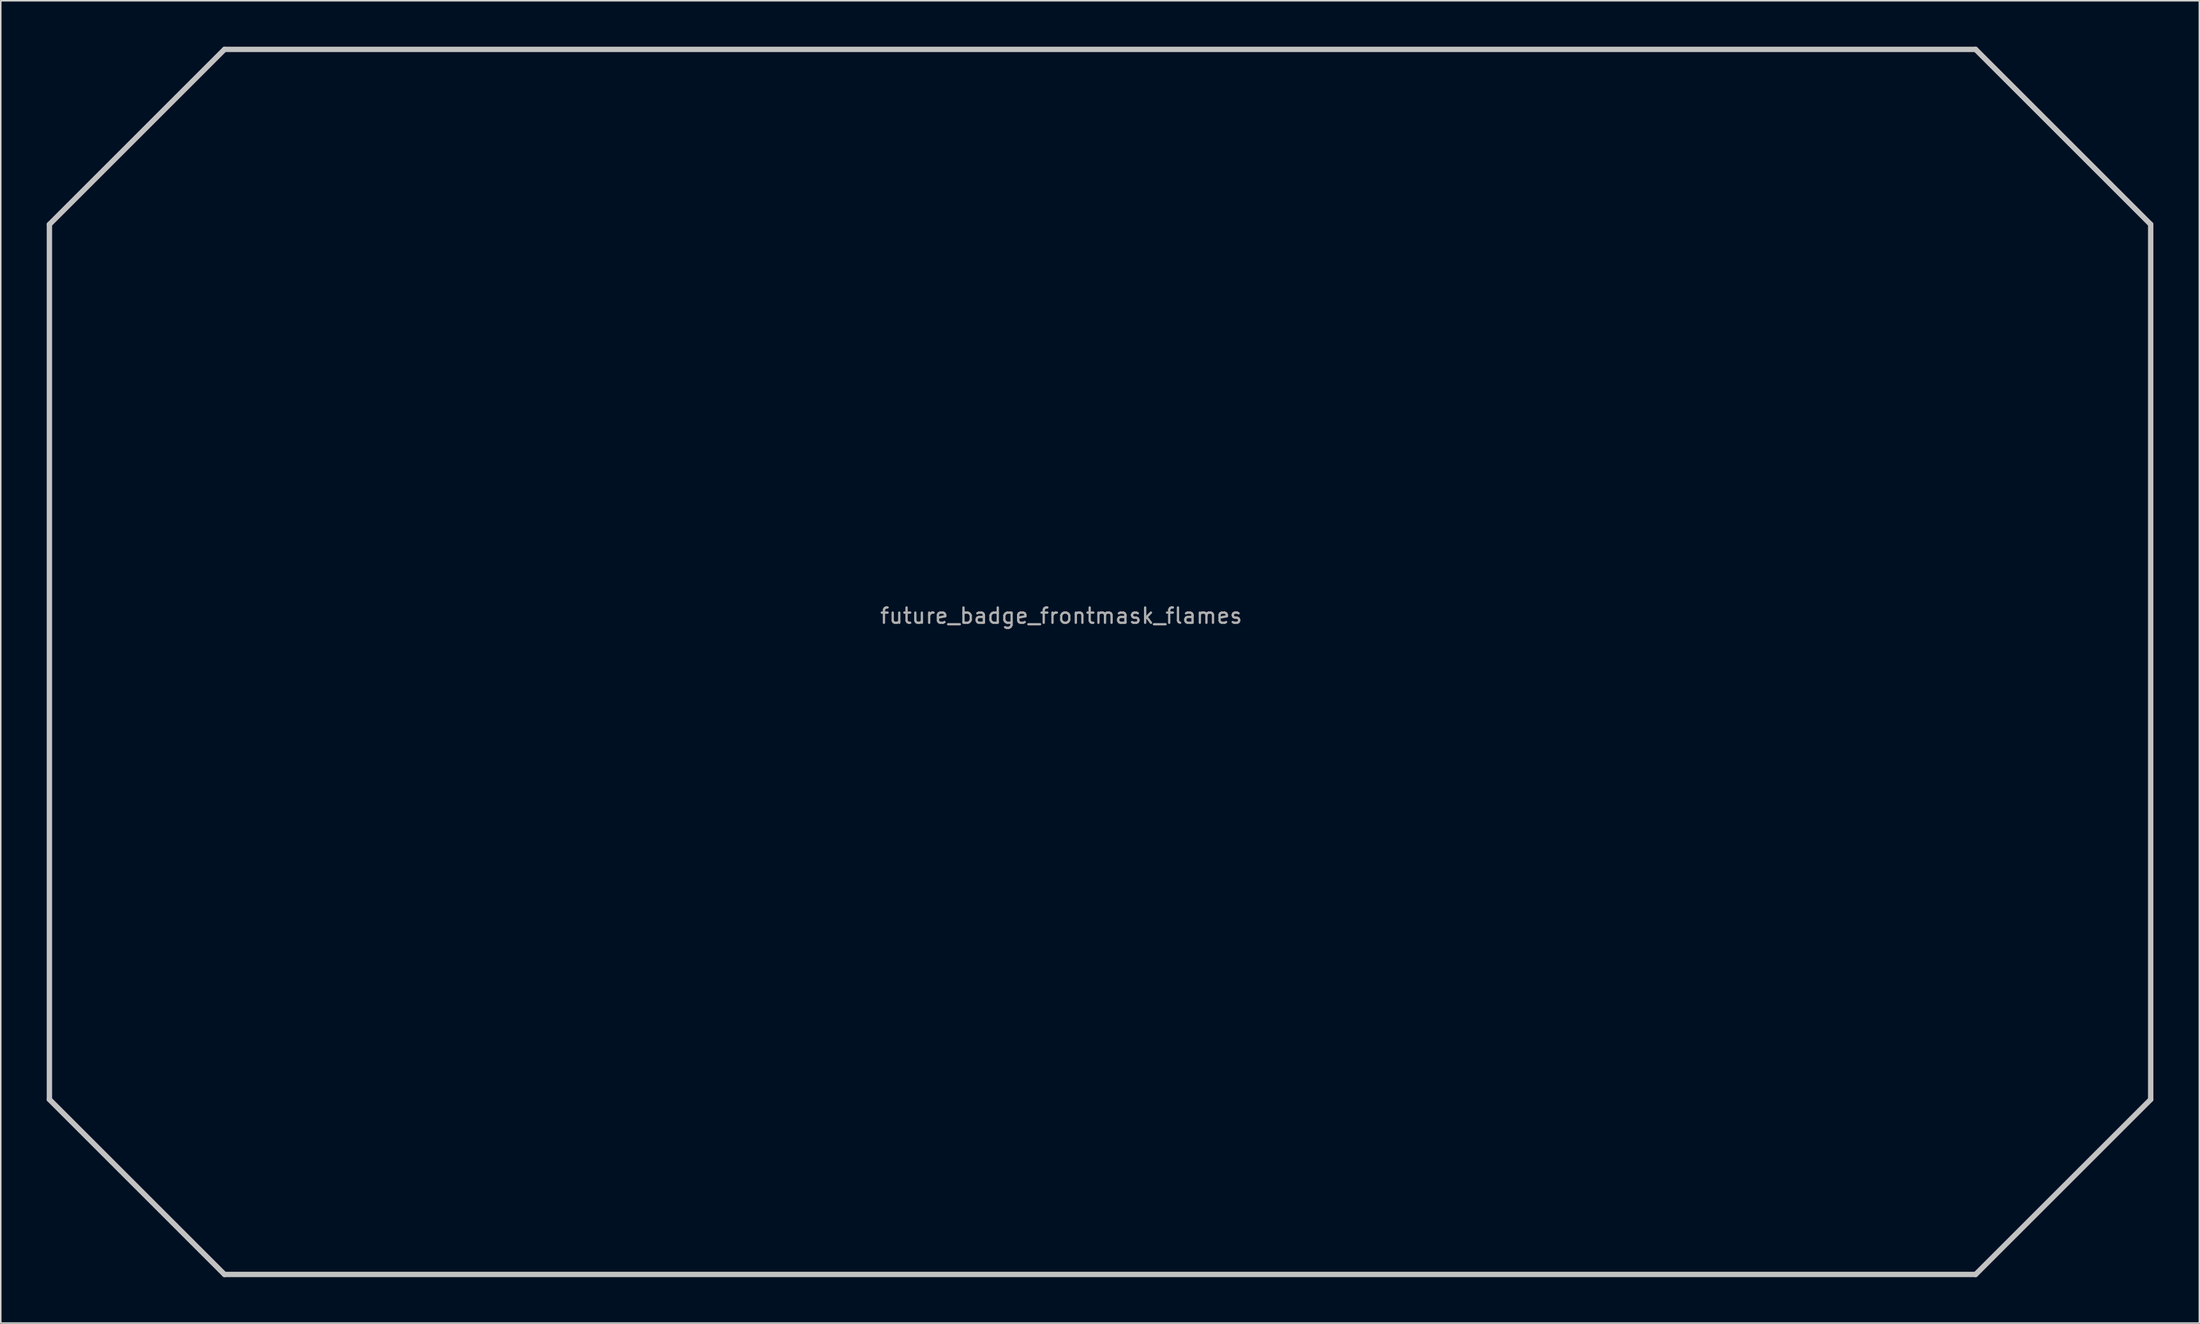
<source format=kicad_pcb>
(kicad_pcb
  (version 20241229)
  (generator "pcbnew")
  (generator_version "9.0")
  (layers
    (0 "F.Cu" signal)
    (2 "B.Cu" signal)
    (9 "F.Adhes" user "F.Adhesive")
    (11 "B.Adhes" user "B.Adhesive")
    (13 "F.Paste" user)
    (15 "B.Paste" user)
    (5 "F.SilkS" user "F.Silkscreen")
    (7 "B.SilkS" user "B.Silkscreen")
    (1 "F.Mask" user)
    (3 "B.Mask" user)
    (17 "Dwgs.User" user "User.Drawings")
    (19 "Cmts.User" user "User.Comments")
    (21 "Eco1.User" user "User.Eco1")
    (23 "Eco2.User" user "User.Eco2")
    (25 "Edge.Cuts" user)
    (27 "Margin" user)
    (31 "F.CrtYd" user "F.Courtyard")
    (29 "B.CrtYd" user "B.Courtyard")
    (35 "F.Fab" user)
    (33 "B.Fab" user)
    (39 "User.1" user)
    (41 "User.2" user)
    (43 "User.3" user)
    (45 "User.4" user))
  (footprint "future_badge_frontmask_flames"
    (layer "F.Cu")
    (at 66.213 37.664)
    (property "Reference" "future_badge_frontmask_flames" (at 0 -0.5 0) (unlocked yes) (layer "F.Fab") (effects (font (size 1 1) (thickness 0.15))))
    (fp_poly (pts (xy -56.18 21.8) (xy -56.02 21.95) (xy -55.78 22.24) (xy -55.47 22.77) (xy -55.36 23.09) (xy -55.27 23.53) (xy -55.34 24.03) (xy -55.73 23.67) (xy -55.97 23.36) (xy -56.15 23.06) (xy -56.23 22.84) (xy -56.24 22.66) (xy -56.21 22.43) (xy -56.21 22.09) (xy -56.26 21.91) (xy -56.3 21.73) (xy -56.28 21.73)) (stroke (width 0.1) (type solid)) (fill yes) (layer "F.Mask"))
    (fp_poly (pts (xy -42.8 31.39) (xy -42.7 31.45) (xy -42.5 31.58) (xy -42.25 31.78) (xy -42.06 32) (xy -41.92 32.24) (xy -41.83 32.47) (xy -41.77 32.74) (xy -41.76 32.99) (xy -41.77 33.43) (xy -41.79 33.6) (xy -41.82 33.73) (xy -41.95 34) (xy -42.12 34.35) (xy -42.18 34.26) (xy -42.26 34.07) (xy -42.34 33.8) (xy -42.36 33.68) (xy -42.36 33.46) (xy -42.34 33.27) (xy -42.34 33.03) (xy -42.37 32.73) (xy -42.41 32.51) (xy -42.57 32.13) (xy -42.84 31.61) (xy -43.01 31.36) (xy -42.95 31.35)) (stroke (width 0.1) (type solid)) (fill yes) (layer "F.Mask"))
    (fp_poly (pts (xy -26.38 26.56) (xy -25.9 27.13) (xy -25.74 27.25) (xy -25.1 27.57) (xy -24.55 27.91) (xy -24.38 28.09) (xy -24.23 28.31) (xy -24.14 28.54) (xy -24.08 28.8) (xy -24.07 29) (xy -24.08 29.11) (xy -24.26 29.49) (xy -24.32 29.4) (xy -24.37 29.28) (xy -24.4 29.14) (xy -24.44 28.88) (xy -24.51 28.7) (xy -24.58 28.53) (xy -24.84 28.18) (xy -24.98 28.03) (xy -25.11 27.92) (xy -25.24 27.85) (xy -25.4 27.81) (xy -25.75 27.76) (xy -25.9 27.71) (xy -26.04 27.62) (xy -26.3 27.35) (xy -26.53 27.02) (xy -26.61 26.83) (xy -26.65 26.51) (xy -26.65 26.31)) (stroke (width 0.1) (type solid)) (fill yes) (layer "F.Mask"))
    (fp_poly (pts (xy -34.3 25.05) (xy -34.175 25.225) (xy -33.975 25.6) (xy -33.85 25.775) (xy -33.8 25.75) (xy -33.75 25.7) (xy -33.775 25.475) (xy -33.825 25) (xy -33.775 25) (xy -33.425 25.525) (xy -33.275 25.5) (xy -33.15 25.45) (xy -32.975 25.15) (xy -32.75 25.525) (xy -32.825 25.525) (xy -32.95 25.55) (xy -33.1 25.65) (xy -33.275 25.775) (xy -33.525 25.95) (xy -34.2 26.225) (xy -34.675 26.55) (xy -35.2 26.775) (xy -35.375 26.8) (xy -35.725 26.7) (xy -36.275 26.45) (xy -36.45 26.475) (xy -36.5 26.625) (xy -36.4 26.8) (xy -36.075 27) (xy -36.1 27.05) (xy -36.625 27.2) (xy -37.075 27.275) (xy -37.475 27.275) (xy -37.775 27.175) (xy -38.05 27) (xy -38.275 26.9) (xy -38.4 26.95) (xy -38.475 27.125) (xy -38.35 27.325) (xy -38.15 27.45) (xy -38 27.5) (xy -38.025 27.55) (xy -38.9 27.775) (xy -39.225 27.775) (xy -39.85 27.4) (xy -40.2 27.425) (xy -40.225 27.55) (xy -40.15 27.675) (xy -39.95 27.825) (xy -39.775 27.925) (xy -39.8 27.975) (xy -40.05 28.025) (xy -40.775 28.225) (xy -41.075 28.225) (xy -41.35 28.15) (xy -41.5 28.05) (xy -41.575 27.975) (xy -41.775 27.95) (xy -41.9 28) (xy -41.925 28.125) (xy -41.85 28.3) (xy -41.65 28.475) (xy -41.675 28.525) (xy -42.35 28.675) (xy -42.825 28.725) (xy -43.1 28.65) (xy -43.35 28.5) (xy -43.65 28.275) (xy -43.8 28.2) (xy -44 28.15) (xy -44.1 28.225) (xy -44.125 28.3) (xy -44.1 28.375) (xy -44 28.55) (xy -43.825 28.675) (xy -43.675 28.75) (xy -43.7 28.8) (xy -43.975 28.8) (xy -44.475 28.925) (xy -45.1 29.075) (xy -45.3 29.1) (xy -45.525 29.025) (xy -45.775 28.875) (xy -45.95 28.675) (xy -46.125 28.6) (xy -46.3 28.6) (xy -46.375 28.675) (xy -46.325 28.9) (xy -46.225 29.075) (xy -45.95 29.3) (xy -45.95 29.35) (xy -46.55 29.5) (xy -46.975 29.55) (xy -47.325 29.475) (xy -47.725 29.325) (xy -47.925 29.2) (xy -48.2 29.2) (xy -48.275 29.3) (xy -48.25 29.45) (xy -48.125 29.55) (xy -47.975 29.65) (xy -47.725 29.775) (xy -47.8 29.825) (xy -49 30.15) (xy -49.3 30.15) (xy -49.7 30.05) (xy -50.15 29.875) (xy -50.3 29.875) (xy -50.4 29.925) (xy -50.4 30.05) (xy -50.35 30.125) (xy -50.25 30.2) (xy -49.925 30.375) (xy -49.925 30.4) (xy -50.975 30.675) (xy -51.25 30.675) (xy -51.5 30.6) (xy -51.825 30.45) (xy -52.175 30.25) (xy -52.375 30.325) (xy -52.45 30.475) (xy -52.35 30.6) (xy -52.15 30.775) (xy -51.9 30.9) (xy -51.9 30.95) (xy -52.35 31.05) (xy -52.975 31.225) (xy -53.4 31.3) (xy -53.575 31.3) (xy -53.725 31.25) (xy -53.925 31.15) (xy -54.025 31.05) (xy -54.125 30.925) (xy -54.325 30.875) (xy -54.45 30.875) (xy -54.525 30.925) (xy -54.475 31.05) (xy -54.375 31.25) (xy -54.25 31.375) (xy -54.075 31.45) (xy -54.075 31.5) (xy -54.475 31.6) (xy -55.15 31.775) (xy -55.3 31.8) (xy -55.4 31.775) (xy -55.525 31.7) (xy -55.75 31.55) (xy -56.075 31.325) (xy -56.225 31.325) (xy -56.325 31.4) (xy -56.35 31.525) (xy -56.3 31.625) (xy -55.9 31.925) (xy -55.9 31.95) (xy -56.05 32) (xy -56.8 32.275) (xy -57.175 32.525) (xy -57.525 32.725) (xy -57.95 32.8) (xy -58.525 32.75) (xy -58.925 32.525) (xy -59.15 32.225) (xy -59.25 31.625) (xy -59.25 30.775) (xy -59.125 30.025) (xy -58.725 29.275) (xy -58.175 28.65) (xy -57.675 28.325) (xy -57.45 28.2) (xy -57.275 28.15) (xy -57.15 28.05) (xy -57.15 27.925) (xy -57.225 27.375) (xy -57.225 26.65) (xy -57.175 26.325) (xy -57.125 26.575) (xy -57.1 26.75) (xy -57 27.15) (xy -56.95 27.3) (xy -56.85 27.375) (xy -56.75 27.425) (xy -56.5 27.375) (xy -56.325 27.3) (xy -56.25 27.175) (xy -56.2 26.95) (xy -56.225 26.725) (xy -56.325 26.325) (xy -56.475 25.75) (xy -56.225 26.1) (xy -55.425 27.425) (xy -55.375 27.525) (xy -55.325 27.65) (xy -55.275 27.675) (xy -55.225 27.675) (xy -55.075 27.5) (xy -54.95 27.275) (xy -54.85 26.95) (xy -54.775 26.575) (xy -54.75 26.25) (xy -54.775 26) (xy -54.8 25.85) (xy -54.7 25.925) (xy -54.55 26.1) (xy -54.325 26.375) (xy -53.875 27.125) (xy -53.75 27.2) (xy -53.65 27.2) (xy -53.6 27.1) (xy -53.55 26.7) (xy -53.525 26.525) (xy -53.525 26.25) (xy -53.35 26.45) (xy -53.125 26.775) (xy -52.975 26.975) (xy -52.725 27.125) (xy -52.5 27.2) (xy -52.1 27.25) (xy -51.85 27.275) (xy -51.7 27.225) (xy -51.55 27) (xy -51.45 26.75) (xy -51.4 26.525) (xy -51.35 26.275) (xy -51.35 25.975) (xy -51.4 25.775) (xy -51.6 25.325) (xy -51.8 25) (xy -51.65 25.05) (xy -51.475 25.2) (xy -51.3 25.4) (xy -51.125 25.725) (xy -51 26) (xy -50.85 26.5) (xy -50.75 26.55) (xy -50.475 26.5) (xy -50.35 26.45) (xy -50.2 26.3) (xy -50.125 26) (xy -50.1 25.7) (xy -50.1 25.1) (xy -50 25.275) (xy -49.65 26) (xy -49.375 26.375) (xy -49.15 26.55) (xy -49.075 26.6) (xy -48.975 26.55) (xy -48.925 26.475) (xy -48.675 25.975) (xy -48.65 25.75) (xy -48.625 25.55) (xy -48.25 25.875) (xy -48.175 25.9) (xy -48.125 25.875) (xy -48.15 25.5) (xy -48.15 25.175) (xy -47.85 25.55) (xy -47.125 26.275) (xy -46.65 26.675) (xy -46.125 26.85) (xy -45.775 26.85) (xy -45.525 26.775) (xy -45.425 26.7) (xy -45.325 26.45) (xy -45.275 26.1) (xy -45.275 25.825) (xy -45.4 25.15) (xy -45.2 25.4) (xy -44.9 25.825) (xy -44.6 26.2) (xy -44.475 26.35) (xy -44.35 26.325) (xy -44.275 26.15) (xy -44.2 25.825) (xy -44.2 25.525) (xy -44.225 25.25) (xy -44.15 25.35) (xy -44.075 25.525) (xy -44.025 25.725) (xy -43.95 26.05) (xy -43.875 26.9) (xy -43.825 27.025) (xy -43.775 27.075) (xy -43.675 27.05) (xy -43.65 26.975) (xy -43.525 26.05) (xy -43.5 25.475) (xy -43.45 25.5) (xy -43.125 25.925) (xy -42.925 26.175) (xy -42.675 26.375) (xy -42.075 26.6) (xy -41.825 26.6) (xy -41.5 26.475) (xy -41.125 26.15) (xy -40.975 25.9) (xy -40.95 25.65) (xy -40.95 25.325) (xy -40.9 25.375) (xy -40.525 26.325) (xy -40.475 26.4) (xy -40.425 26.425) (xy -40.325 26.4) (xy -40.25 26.3) (xy -40 25) (xy -39.95 25) (xy -39.25 26.125) (xy -39.2 26.175) (xy -39.15 26.175) (xy -39.075 26.125) (xy -39.025 26.025) (xy -39 25.175) (xy -38.825 25.425) (xy -38.675 25.575) (xy -38.35 25.625) (xy -37.85 25.7) (xy -37.425 25.6) (xy -37.25 25.275) (xy -36.725 25.05) (xy -36.2 25.1) (xy -35.625 25.325) (xy -35.075 25.7) (xy -34.8 25.825) (xy -34.625 25.95) (xy -34.525 25.975) (xy -34.375 25.95) (xy -34.3 25.9) (xy -34.275 25.825) (xy -34.425 24.975) (xy -34.375 24.975)) (stroke (width 0.1) (type solid)) (fill yes) (layer "F.Mask"))
    (fp_poly (pts (xy 26.17 23.65) (xy 26.23 23.64) (xy 26.39 23.52) (xy 26.53 23.36) (xy 26.64 23.59) (xy 26.82 23.79) (xy 27.12 24.45) (xy 27.17 24.71) (xy 27.07 24.88) (xy 26.88 24.99) (xy 26.63 25.06) (xy 26.25 25.19) (xy 26.06 25.2) (xy 25.88 25.12) (xy 25.74 25.01) (xy 25.63 24.89) (xy 25.44 24.76) (xy 25.37 24.9) (xy 25.38 25.15) (xy 25.47 25.34) (xy 25.55 25.43) (xy 25.1 25.66) (xy 24.47 26.01) (xy 24.09 26.26) (xy 23.74 26.14) (xy 23.47 25.93) (xy 23.32 25.72) (xy 23.14 25.63) (xy 23.04 25.71) (xy 23.05 25.9) (xy 23.18 26.2) (xy 23.33 26.37) (xy 23.5 26.5) (xy 22.34 26.88) (xy 21.63 27.12) (xy 21.33 26.93) (xy 21.17 26.75) (xy 21.05 26.49) (xy 20.77 26.49) (xy 20.81 26.89) (xy 20.95 27.1) (xy 21.11 27.24) (xy 21.11 27.29) (xy 19.67 27.76) (xy 19.39 27.67) (xy 19.17 27.52) (xy 19.04 27.25) (xy 18.85 27.12) (xy 18.71 27.32) (xy 18.83 27.67) (xy 19.14 27.97) (xy 19.11 28.01) (xy 17.82 28.68) (xy 17.62 28.72) (xy 17.39 28.58) (xy 17.15 28.32) (xy 16.98 28.03) (xy 16.7 27.8) (xy 16.63 28) (xy 16.75 28.37) (xy 16.98 28.69) (xy 17.19 28.91) (xy 17.05 28.96) (xy 16.56 29.03) (xy 15.52 29.1) (xy 14.76 28.53) (xy 14.63 28.37) (xy 14.34 28.25) (xy 14.43 28.69) (xy 14.65 28.96) (xy 14.84 29.09) (xy 14.88 29.17) (xy 14.54 29.21) (xy 13.58 29.48) (xy 13.21 29.37) (xy 12.74 28.93) (xy 12.44 28.89) (xy 12.56 29.19) (xy 12.78 29.48) (xy 13 29.68) (xy 11.98 30.04) (xy 11.65 29.87) (xy 11.24 29.49) (xy 10.99 29.35) (xy 10.95 29.54) (xy 11.07 29.88) (xy 11.31 30.13) (xy 11.49 30.25) (xy 10.84 30.49) (xy 10.62 30.61) (xy 10.26 30.73) (xy 9.98 30.57) (xy 9.82 30.3) (xy 9.76 29.99) (xy 9.55 29.81) (xy 9.48 29.94) (xy 9.46 30.35) (xy 9.58 30.67) (xy 9.63 30.77) (xy 9.1 30.85) (xy 8.9 30.85) (xy 8.77 30.79) (xy 8.45 30.49) (xy 8.24 30.31) (xy 8 30.2) (xy 7.95 30.4) (xy 8.07 30.7) (xy 8.2 30.87) (xy 8.36 30.99) (xy 8.38 31.02) (xy 7.79 31.24) (xy 7.38 31.11) (xy 6.76 30.64) (xy 6.47 30.6) (xy 6.55 30.8) (xy 6.61 30.93) (xy 6.81 31.15) (xy 6.99 31.29) (xy 7.27 31.42) (xy 7.28 31.46) (xy 6.92 31.6) (xy 5.93 32.15) (xy 5.69 32.09) (xy 5.37 31.93) (xy 4.69 31.16) (xy 4.47 31.03) (xy 4.46 31.24) (xy 4.64 31.68) (xy 5.03 32.1) (xy 5.37 32.31) (xy 5.41 32.37) (xy 4.61 32.68) (xy 3.9 32.86) (xy 3.73 32.82) (xy 3.58 32.73) (xy 3.37 32.45) (xy 3.25 32.11) (xy 3.18 31.82) (xy 3.05 31.63) (xy 2.93 31.75) (xy 2.88 32.16) (xy 2.98 32.56) (xy 3.21 32.91) (xy 2.35 32.86) (xy 1.67 32.41) (xy 1.32 32.3) (xy 1.39 32.54) (xy 1.71 32.92) (xy 1.42 32.95) (xy 0.81 33.1) (xy 0.42 33.28) (xy 0.3 33.24) (xy -0.64 32.44) (xy -0.86 32.37) (xy -0.82 32.58) (xy -0.11 33.36) (xy -0.09 33.44) (xy -0.98 33.71) (xy -1.23 33.74) (xy -1.29 33.71) (xy -1.92 32.88) (xy -2.13 32.79) (xy -2.12 33.01) (xy -1.83 33.65) (xy -1.83 33.7) (xy -2.19 33.6) (xy -2.41 33.59) (xy -2.76 33.66) (xy -3.02 33.76) (xy -3.14 33.83) (xy -3.28 33.77) (xy -3.43 33.65) (xy -3.58 33.47) (xy -3.72 33.44) (xy -3.79 33.57) (xy -3.76 33.82) (xy -3.52 34.11) (xy -3.9 34.46) (xy -4.08 34.57) (xy -4.3 34.61) (xy -4.7 34.47) (xy -5.03 34.26) (xy -5.2 34.12) (xy -5.33 34.04) (xy -5.47 34.02) (xy -5.49 34.14) (xy -5.46 34.34) (xy -5.2 34.61) (xy -4.93 34.78) (xy -4.77 34.85) (xy -4.77 34.9) (xy -5.63 35.24) (xy -5.91 35.32) (xy -6.15 35.27) (xy -6.57 35.1) (xy -6.99 34.85) (xy -7.29 34.51) (xy -7.59 34.26) (xy -7.76 34.2) (xy -7.87 34.22) (xy -7.87 34.35) (xy -7.71 34.64) (xy -7.45 34.97) (xy -7.11 35.29) (xy -6.8 35.44) (xy -6.73 35.52) (xy -6.77 35.57) (xy -7.81 35.86) (xy -7.93 35.88) (xy -8.02 35.88) (xy -9.33 35.33) (xy -9.78 34.94) (xy -9.91 34.81) (xy -10.02 34.73) (xy -10.13 34.73) (xy -10.18 34.82) (xy -10.15 35.06) (xy -9.91 35.43) (xy -9.51 35.7) (xy -9.03 35.92) (xy -8.78 36.02) (xy -8.81 36.08) (xy -9.86 36.17) (xy -10.56 36.21) (xy -10.98 36.26) (xy -11.3 36.15) (xy -11.65 35.97) (xy -12.14 35.64) (xy -12.37 35.45) (xy -12.58 35.41) (xy -12.67 35.47) (xy -12.59 35.67) (xy -12.38 35.92) (xy -12.13 36.12) (xy -11.94 36.21) (xy -11.92 36.29) (xy -12.32 36.34) (xy -12.83 36.48) (xy -13.17 36.58) (xy -13.33 36.56) (xy -13.77 36.26) (xy -13.96 35.98) (xy -14.11 35.92) (xy -14.27 35.94) (xy -14.31 36.04) (xy -14.22 36.35) (xy -14.06 36.55) (xy -14 36.6) (xy -13.89 36.68) (xy -13.87 36.77) (xy -14.07 36.84) (xy -14.33 36.94) (xy -14.95 37.11) (xy -15.19 37.08) (xy -15.89 36.85) (xy -16.07 36.66) (xy -16.31 36.57) (xy -16.39 36.59) (xy -16.42 36.75) (xy -16.41 36.83) (xy -16.31 37) (xy -16.14 37.15) (xy -15.75 37.32) (xy -15.75 37.36) (xy -15.86 37.41) (xy -16.18 37.48) (xy -16.47 37.39) (xy -16.96 37.18) (xy -17.31 36.97) (xy -17.51 36.94) (xy -17.66 37.02) (xy -17.64 37.15) (xy -17.45 37.34) (xy -17.1 37.51) (xy -16.86 37.61) (xy -16.86 37.65) (xy -17.91 37.9) (xy -18.15 37.93) (xy -18.58 37.66) (xy -18.84 37.18) (xy -18.95 37.16) (xy -19.04 37.26) (xy -19.08 37.47) (xy -19.01 37.68) (xy -18.86 37.89) (xy -18.73 37.97) (xy -18.71 38.02) (xy -19.13 38.1) (xy -19.49 38.21) (xy -19.72 38.31) (xy -20.2 38.45) (xy -20.76 38.57) (xy -21.25 38.62) (xy -21.66 38.45) (xy -21.92 38.32) (xy -22.76 38.71) (xy -24.38 38.98) (xy -25 39.01) (xy -27.01 38.68) (xy -28.06 39.11) (xy -29.3 39.5) (xy -30.34 39.51) (xy -31.21 39.41) (xy -32.33 38.73) (xy -33.64 38.96) (xy -34.74 39.05) (xy -35.6 38.91) (xy -36.35 38.64) (xy -37.13 38.08) (xy -37.69 37.24) (xy -38.19 37.24) (xy -38.77 37.11) (xy -39.3 36.69) (xy -39.75 35.94) (xy -39.95 35.4) (xy -40.06 34.95) (xy -40.05 34.41) (xy -40.01 34.15) (xy -39.84 33.8) (xy -39.78 33.5) (xy -39.65 33.01) (xy -39.58 32.62) (xy -39.59 32.17) (xy -39.34 32.53) (xy -38.67 33.06) (xy -38.4 33.2) (xy -38.17 33.38) (xy -37.88 33.65) (xy -37.69 33.95) (xy -37.53 34.27) (xy -37.41 34.61) (xy -36.64 35.41) (xy -36.33 35.45) (xy -36.19 35.4) (xy -36.1 35.19) (xy -36.09 34.74) (xy -36.13 34.41) (xy -36.19 34.16) (xy -36.15 34.13) (xy -35.78 34.55) (xy -35.6 34.88) (xy -35.44 35.3) (xy -35.37 35.43) (xy -35.27 35.44) (xy -35.04 35.27) (xy -34.69 34.82) (xy -34.39 33.94) (xy -34.37 33.51) (xy -34.39 33.33) (xy -34.32 33.35) (xy -34.02 33.77) (xy -33.4 34.53) (xy -33.11 34.94) (xy -32.95 35) (xy -32.87 34.97) (xy -32.88 34.65) (xy -32.86 34.34) (xy -32.95 33.91) (xy -33.04 33.66) (xy -32.99 33.64) (xy -32.39 34.33) (xy -32.06 34.45) (xy -31.79 34.41) (xy -31.71 34.38) (xy -31.58 33.92) (xy -31.54 33.89) (xy -31.48 33.9) (xy -30.29 34.54) (xy -30.06 34.51) (xy -29.96 34.44) (xy -29.92 34.35) (xy -30.09 34.16) (xy -30.88 33.67) (xy -31.36 33.44) (xy -31.76 33.3) (xy -31.83 33.3) (xy -31.99 33.79) (xy -32.04 33.93) (xy -32.14 33.93) (xy -32.35 33.77) (xy -32.72 33.32) (xy -33.01 33.09) (xy -33.44 32.96) (xy -33.64 32.87) (xy -33.69 32.98) (xy -33.4 33.66) (xy -33.37 33.81) (xy -33.43 33.81) (xy -33.72 33.39) (xy -34.21 32.75) (xy -34.8 32.08) (xy -35.05 31.72) (xy -35.09 31.7) (xy -35.13 31.77) (xy -35.07 32.12) (xy -34.85 32.84) (xy -34.78 33.3) (xy -34.82 33.77) (xy -34.94 34.18) (xy -35.07 34.58) (xy -35.18 34.7) (xy -35.31 34.5) (xy -35.48 34.24) (xy -36 33.68) (xy -36.42 33.38) (xy -36.89 33.16) (xy -36.99 33.2) (xy -36.72 33.81) (xy -36.58 34.42) (xy -36.53 35.04) (xy -36.54 35.32) (xy -36.56 35.36) (xy -36.61 35.36) (xy -37.36 34.61) (xy -37.47 34.24) (xy -37.53 34.1) (xy -37.45 34.05) (xy -37.31 34.05) (xy -37.25 33.95) (xy -37.5 32.6) (xy -37.55 32.32) (xy -37.46 32.36) (xy -36.95 32.83) (xy -36.89 32.85) (xy -36.78 32.83) (xy -36.73 32.78) (xy -36.94 31.79) (xy -37.21 30.77) (xy -37.53 29.8) (xy -37.49 29.79) (xy -36.94 30.71) (xy -36.42 31.83) (xy -35.77 33.5) (xy -35.63 33.65) (xy -35.47 33.58) (xy -35.43 33.46) (xy -35.48 33.25) (xy -35.51 32.91) (xy -35.56 32.11) (xy -35.53 31.59) (xy -35.47 31.3) (xy -35.37 30.69) (xy -35.33 30.25) (xy -35.35 29.85) (xy -35.3 29.81) (xy -35.1 30.18) (xy -34.75 30.72) (xy -34.18 31.75) (xy -34.07 31.78) (xy -33.88 31.48) (xy -33.69 31.13) (xy -33.54 30.63) (xy -33.54 30.22) (xy -33.49 30.32) (xy -33.42 30.57) (xy -33.34 30.54) (xy -33.19 30.26) (xy -33.09 29.91) (xy -32.9 29.05) (xy -32.75 29.33) (xy -32.41 30.26) (xy -32.08 31.61) (xy -31.85 32.13) (xy -31.19 32.73) (xy -31.04 32.7) (xy -30.93 32.52) (xy -30.86 32.13) (xy -30.87 31.71) (xy -30.95 31.25) (xy -31.1 30.82) (xy -31.16 30.49) (xy -31.2 30.29) (xy -31.14 30.27) (xy -30.9 30.76) (xy -30.36 31.71) (xy -29.79 32.53) (xy -29.67 32.61) (xy -29.59 32.74) (xy -29.73 33.44) (xy -29.67 33.59) (xy -29.45 33.65) (xy -29.28 33.67) (xy -29.18 33.23) (xy -29.1 32.75) (xy -29.11 32.26) (xy -29.2 31.71) (xy -29.32 31.19) (xy -29.35 31.01) (xy -29.16 31.22) (xy -28.7 32.14) (xy -28.5 32.48) (xy -28.27 32.99) (xy -28 33.45) (xy -27.9 33.53) (xy -27.79 33.51) (xy -27.68 33.32) (xy -27.57 32.96) (xy -27.5 32.48) (xy -27.47 32.18) (xy -27.39 32.14) (xy -27.29 32.29) (xy -26.89 33.41) (xy -26.74 33.97) (xy -26.74 34.09) (xy -26.67 34.15) (xy -26.55 34.1) (xy -26.37 33.99) (xy -26.19 33.81) (xy -26.06 33.55) (xy -26 33.27) (xy -26.03 32.89) (xy -26.14 32.53) (xy -26.31 32.16) (xy -26.49 31.88) (xy -26.5 31.79) (xy -26.47 31.72) (xy -26.33 31.83) (xy -26.12 32.07) (xy -25.84 32.44) (xy -25.75 32.6) (xy -25.56 33) (xy -25.4 33.36) (xy -25.13 33.71) (xy -24.68 33.91) (xy -24.54 33.92) (xy -24.48 33.86) (xy -24.49 33.54) (xy -24.6 32.95) (xy -24.58 32.91) (xy -24.29 33.67) (xy -24.09 33.85) (xy -24.04 33.97) (xy -24.1 34.18) (xy -24.15 34.51) (xy -24.18 34.96) (xy -24.12 35.24) (xy -24.05 35.37) (xy -24.01 35.46) (xy -22.6 36.16) (xy -22.41 36.26) (xy -22.28 36.27) (xy -22.11 36.26) (xy -22 36.23) (xy -21.95 36.2) (xy -21.97 36.02) (xy -21.95 35.86) (xy -21.95 35.68) (xy -21.92 35.65) (xy -21.89 35.69) (xy -21.84 35.93) (xy -21.79 36.07) (xy -21.74 36.09) (xy -21.68 36.07) (xy -21.53 35.88) (xy -21.41 35.68) (xy -21.34 35.47) (xy -21.31 34.93) (xy -21.28 34.92) (xy -21.01 35.41) (xy -20.9 35.54) (xy -20.85 35.56) (xy -20.75 35.56) (xy -20.61 35.48) (xy -20.55 35.41) (xy -20.53 35.3) (xy -20.62 35.2) (xy -20.79 34.98) (xy -20.95 34.68) (xy -21.11 34.3) (xy -21.21 33.98) (xy -21.32 33.3) (xy -21.46 32.73) (xy -21.52 32.68) (xy -21.56 32.69) (xy -21.6 32.84) (xy -21.67 33.5) (xy -21.66 34) (xy -21.7 34.85) (xy -21.71 35.08) (xy -21.76 35.03) (xy -21.86 34.84) (xy -21.94 34.75) (xy -22.09 34.65) (xy -22.3 34.58) (xy -22.37 34.61) (xy -22.3 35.03) (xy -22.31 35.29) (xy -22.36 35.58) (xy -22.36 35.95) (xy -22.32 36.11) (xy -22.31 36.17) (xy -22.35 36.19) (xy -22.42 36.18) (xy -23.09 35.86) (xy -23.77 35.53) (xy -23.99 35.43) (xy -23.97 35.39) (xy -23.91 35.37) (xy -23.75 35.31) (xy -23.67 35.26) (xy -23.67 35.16) (xy -23.71 34.98) (xy -23.73 34.69) (xy -23.66 34.25) (xy -23.54 33.88) (xy -23.38 33.6) (xy -23.11 33.05) (xy -22.87 32.34) (xy -22.81 31.88) (xy -22.76 31.86) (xy -22.73 32.34) (xy -22.66 33.74) (xy -22.63 33.87) (xy -22.49 33.81) (xy -22.32 33.65) (xy -22.13 33.39) (xy -21.92 32.89) (xy -21.74 32.3) (xy -21.69 31.91) (xy -21.7 31.4) (xy -21.71 31.16) (xy -21.66 31.15) (xy -21.54 31.49) (xy -21.44 31.93) (xy -21.38 32.45) (xy -21.08 33.15) (xy -20.99 33.31) (xy -20.94 33.34) (xy -20.86 33.34) (xy -20.51 34.05) (xy -20.11 34.87) (xy -20.04 35.03) (xy -19.84 35.07) (xy -19.66 35.04) (xy -19.53 34.99) (xy -19.52 34.94) (xy -19.68 34.07) (xy -19.63 34.06) (xy -19.15 34.76) (xy -19.03 34.89) (xy -18.83 34.97) (xy -18.69 34.93) (xy -18.56 34.72) (xy -18.5 34.55) (xy -18.49 34.12) (xy -18.45 34.09) (xy -18.34 34.33) (xy -18.21 34.68) (xy -18.09 34.72) (xy -17.84 34.62) (xy -17.8 34.58) (xy -17.81 34.48) (xy -18.11 33.93) (xy -18.59 33.24) (xy -18.88 32.91) (xy -19.02 32.83) (xy -19.15 32.83) (xy -19.24 32.91) (xy -19.24 33.03) (xy -19.17 33.16) (xy -19.07 33.29) (xy -18.99 33.43) (xy -18.86 33.75) (xy -18.84 33.92) (xy -18.87 34.21) (xy -18.91 34.34) (xy -18.95 34.34) (xy -19.13 34.13) (xy -19.32 33.81) (xy -19.51 33.46) (xy -19.75 32.84) (xy -19.91 32.42) (xy -19.97 32.43) (xy -20.08 32.98) (xy -20.06 33.97) (xy -20.02 34.4) (xy -19.98 34.67) (xy -19.94 34.87) (xy -19.94 35.02) (xy -19.99 35.02) (xy -20.57 33.81) (xy -20.77 33.41) (xy -20.81 33.32) (xy -20.41 32.93) (xy -20.29 32.74) (xy -20.23 32.26) (xy -20.22 31.87) (xy -20.35 31.13) (xy -20.59 30.16) (xy -20.7 29.54) (xy -20.69 29.3) (xy -20.66 29.25) (xy -20.6 29.24) (xy -20.41 29.63) (xy -20.23 30.49) (xy -19.94 32.08) (xy -19.88 32.23) (xy -19.77 32.26) (xy -19.58 32.27) (xy -19.38 32.2) (xy -19.21 32.04) (xy -19.11 31.89) (xy -19.07 31.72) (xy -19.13 30.68) (xy -19.16 29.94) (xy -19.13 29.87) (xy -19.1 29.9) (xy -18.95 30.59) (xy -18.67 31.45) (xy -18.49 31.7) (xy -18.34 32.02) (xy -17.89 32.55) (xy -17.8 32.82) (xy -17.71 33.19) (xy -17.55 33.88) (xy -17.45 34.02) (xy -17.34 34.11) (xy -17.2 34.12) (xy -15.48 34.18) (xy -15.45 34.2) (xy -15.32 34.28) (xy -15.1 34.28) (xy -14.98 34.22) (xy -14.83 33.97) (xy -14.7 33.19) (xy -14.7 32.86) (xy -14.67 32.83) (xy -14.58 33.15) (xy -14.5 33.83) (xy -14.49 33.98) (xy -14.45 34.06) (xy -14.38 34.07) (xy -14.08 33.62) (xy -13.86 33.2) (xy -13.71 32.74) (xy -13.62 32.31) (xy -13.6 31.99) (xy -13.62 31.75) (xy -13.59 31.72) (xy -13.46 31.98) (xy -13.42 32.24) (xy -13.31 32.72) (xy -13.17 32.87) (xy -12.88 33.03) (xy -12.77 32.94) (xy -12.71 32.73) (xy -12.64 32.35) (xy -12.63 32.13) (xy -12.54 32.24) (xy -12.31 32.59) (xy -12.25 32.92) (xy -12.2 33.06) (xy -12.08 32.98) (xy -11.72 32.42) (xy -11.57 32.1) (xy -11.51 31.47) (xy -11.53 31.16) (xy -11.49 31.12) (xy -11.32 31.36) (xy -11.13 31.52) (xy -11.08 31.68) (xy -10.95 31.79) (xy -10.82 31.73) (xy -10.72 31.39) (xy -10.67 30.9) (xy -10.65 30.5) (xy -10.47 31.45) (xy -10.35 31.83) (xy -10.04 32.31) (xy -10 32.31) (xy -9.71 32.17) (xy -9.27 31.62) (xy -9.11 31.16) (xy -9.07 30.83) (xy -8.8 31.31) (xy -8.61 31.55) (xy -8.38 31.62) (xy -8.21 31.62) (xy -8.22 31.45) (xy -8.31 31.23) (xy -8.82 30.46) (xy -9.24 29.82) (xy -9.42 29.5) (xy -9.54 29.46) (xy -9.63 29.49) (xy -9.53 30.29) (xy -9.59 31.1) (xy -9.71 31.44) (xy -9.85 31.66) (xy -9.9 31.72) (xy -9.98 31.63) (xy -10.21 30.65) (xy -10.35 29.94) (xy -10.58 29.25) (xy -10.76 28.89) (xy -11.14 28.45) (xy -11.26 28.33) (xy -11.32 28.32) (xy -11.36 28.35) (xy -11.35 28.5) (xy -11.23 29.09) (xy -11.12 29.54) (xy -11.04 30.26) (xy -11.03 30.7) (xy -11.04 31.04) (xy -11.07 31.08) (xy -11.25 30.94) (xy -11.36 30.78) (xy -11.41 30.17) (xy -11.7 29.45) (xy -11.88 29.25) (xy -12.01 29.2) (xy -12.14 29.18) (xy -12.19 29.26) (xy -11.92 30.03) (xy -11.85 30.54) (xy -11.83 30.99) (xy -11.89 31.49) (xy -11.97 31.87) (xy -12.06 32.09) (xy -12.09 32.11) (xy -12.27 31.91) (xy -12.64 31.64) (xy -13.03 31.43) (xy -13.07 31.47) (xy -13.04 31.69) (xy -13.05 31.88) (xy -13.08 31.89) (xy -13.14 31.68) (xy -13.31 31.36) (xy -13.59 31.02) (xy -14.05 30.66) (xy -14.3 30.47) (xy -14.41 30.44) (xy -14.42 30.49) (xy -14.03 31.46) (xy -13.99 31.86) (xy -14.05 32.24) (xy -14.13 32.59) (xy -14.2 32.79) (xy -14.25 32.8) (xy -14.26 32.74) (xy -14.32 32.55) (xy -14.64 31.8) (xy -14.98 31.28) (xy -15.22 31.12) (xy -15.36 31.08) (xy -15.29 31.5) (xy -15.16 32.02) (xy -15.12 32.33) (xy -15.1 32.81) (xy -15.15 33.3) (xy -15.22 33.59) (xy -15.38 34.03) (xy -15.46 34.16) (xy -16.44 34.12) (xy -17.14 34.1) (xy -17.21 34.08) (xy -17.28 34.02) (xy -17.32 33.95) (xy -17.29 33.87) (xy -17.25 33.53) (xy -17.34 32.65) (xy -17.34 31.92) (xy -17.26 31.5) (xy -17.18 31.18) (xy -17.08 30.98) (xy -17 30.98) (xy -16.99 31.16) (xy -16.91 31.43) (xy -16.74 31.64) (xy -16.51 31.83) (xy -16.34 32) (xy -16.25 32.14) (xy -15.97 32.17) (xy -15.76 32.04) (xy -15.68 31.9) (xy -15.75 31.68) (xy -15.85 31.41) (xy -15.94 31.14) (xy -15.98 30.84) (xy -15.96 30.65) (xy -15.92 30.41) (xy -15.9 30.28) (xy -15.79 30.01) (xy -15.69 29.64) (xy -15.7 29.32) (xy -15.65 29.28) (xy -15.49 29.76) (xy -15.41 30.12) (xy -15.38 30.45) (xy -15.32 30.62) (xy -15.18 30.66) (xy -15.07 30.66) (xy -14.98 30.54) (xy -14.9 30.33) (xy -14.84 30.01) (xy -14.75 29.36) (xy -14.74 29.1) (xy -14.71 29.08) (xy -14.6 29.54) (xy -14.58 29.81) (xy -14.5 30.19) (xy -14.35 30.31) (xy -14.2 30.35) (xy -14.01 30.3) (xy -13.89 30.17) (xy -13.77 29.91) (xy -13.7 29.59) (xy -13.73 28.84) (xy -13.7 28.81) (xy -13.45 29.77) (xy -13.15 30.42) (xy -13.05 30.45) (xy -12.94 30.37) (xy -12.83 30) (xy -12.79 29.46) (xy -12.78 29.02) (xy -12.8 28.69) (xy -12.86 28.36) (xy -12.9 27.91) (xy -12.93 27.31) (xy -13.25 26.6) (xy -13.39 26.4) (xy -13.63 26.02) (xy -13.8 25.69) (xy -13.84 25.46) (xy -13.84 25.32) (xy -13.78 25.32) (xy -13.46 25.72) (xy -13.4 25.76) (xy -13.32 25.73) (xy -13.27 25.59) (xy -13.22 25.16) (xy -13.15 24.91) (xy -13.1 24.68) (xy -13.06 24.67) (xy -12.94 24.85) (xy -12.79 25.04) (xy -12.5 25.31) (xy -12.25 25.62) (xy -12.12 25.85) (xy -12.04 26.26) (xy -12.01 26.56) (xy -11.92 26.81) (xy -11.61 27.19) (xy -11.3 27.53) (xy -11.18 27.51) (xy -11.15 27.42) (xy -11.25 27) (xy -11.28 26.45) (xy -11.15 25.56) (xy -11.09 25.56) (xy -10.68 26.55) (xy -10.51 26.94) (xy -10.32 27.63) (xy -10.24 28.37) (xy -10.24 28.59) (xy -10.16 28.64) (xy -10.06 28.59) (xy -10 28.47) (xy -9.78 27.47) (xy -9.7 26.82) (xy -9.67 26.3) (xy -9.69 25.99) (xy -9.65 25.96) (xy -9.57 26.13) (xy -9.5 26.5) (xy -9.45 26.86) (xy -9.5 27.15) (xy -9.54 27.66) (xy -9.51 28.02) (xy -9.34 28.36) (xy -8.96 28.84) (xy -8.84 29.31) (xy -8.85 29.59) (xy -8.77 29.71) (xy -8.62 29.75) (xy -8.45 29.71) (xy -8.35 29.62) (xy -8.31 29.52) (xy -8.32 29.34) (xy -8.22 28.88) (xy -8.07 28.42) (xy -7.82 27.56) (xy -7.72 27.26) (xy -7.69 26.89) (xy -7.74 26.22) (xy -7.87 25.73) (xy -7.84 25.73) (xy -7.76 25.8) (xy -7.64 26.03) (xy -7.56 26.25) (xy -7.52 26.56) (xy -7.55 26.87) (xy -7.57 27.34) (xy -7.61 27.74) (xy -7.55 28.63) (xy -7 30.15) (xy -6.96 30.26) (xy -6.89 30.37) (xy -6.82 30.38) (xy -6.72 30.34) (xy -6.69 30.22) (xy -6.72 29.94) (xy -6.83 29.44) (xy -6.85 29.15) (xy -6.85 28.9) (xy -6.56 28.2) (xy -6.42 27.82) (xy -6.36 27.73) (xy -6.32 27.73) (xy -6.3 27.76) (xy -6.26 28.4) (xy -6.21 28.71) (xy -6.22 29.08) (xy -6.24 29.7) (xy -6.24 30.23) (xy -6.18 30.27) (xy -6.1 30.26) (xy -5.79 30.01) (xy -5.58 29.8) (xy -5.39 29.58) (xy -5.23 29.36) (xy -5.07 29.08) (xy -4.98 28.82) (xy -4.93 28.64) (xy -4.9 28.64) (xy -4.85 28.79) (xy -4.73 29.02) (xy -4.58 29.24) (xy -4.39 29.46) (xy -4.22 29.57) (xy -4.12 29.72) (xy -4.1 30.58) (xy -4.09 30.7) (xy -4.02 30.72) (xy -3.9 30.66) (xy -3.75 30.35) (xy -3.65 29.93) (xy -3.7 29.21) (xy -3.65 29.07) (xy -3.62 29.07) (xy -3.55 29.28) (xy -3.1 30.15) (xy -2.98 30.42) (xy -2.76 30.47) (xy -2.27 30.38) (xy -2.13 30.26) (xy -2.18 29.61) (xy -2.12 29.6) (xy -2 29.93) (xy -1.94 29.94) (xy -1.85 29.91) (xy -1.6 29.49) (xy -1.42 29.08) (xy -1.31 28.67) (xy -1.2 28.17) (xy -1.16 27.67) (xy -1.18 27.37) (xy -1.15 27.36) (xy -1.02 27.6) (xy -0.9 27.92) (xy -0.84 28.21) (xy -0.76 29.33) (xy -0.79 30.06) (xy -0.72 30.08) (xy -0.49 29.9) (xy 0.23 28.98) (xy 0.56 28.35) (xy 0.72 27.82) (xy 0.78 27.09) (xy 0.81 27.05) (xy 1 27.58) (xy 1.08 28.05) (xy 1.12 28.62) (xy 1.12 29.23) (xy 1.19 29.34) (xy 1.28 29.34) (xy 1.42 29.22) (xy 1.62 28.93) (xy 1.8 28.56) (xy 1.92 28.14) (xy 1.98 28.12) (xy 2.2 28.74) (xy 2.31 28.98) (xy 2.39 29.08) (xy 2.45 29.1) (xy 2.71 28.85) (xy 2.89 28.64) (xy 3.06 28.35) (xy 3.23 28) (xy 3.32 27.66) (xy 3.33 27.52) (xy 3.37 27.51) (xy 3.52 27.86) (xy 3.63 28.23) (xy 3.71 28.7) (xy 3.81 28.98) (xy 3.87 29.07) (xy 3.96 29.06) (xy 4.01 29) (xy 4.05 28.89) (xy 4.09 28.49) (xy 4.16 28.16) (xy 4.27 27.73) (xy 4.36 27.41) (xy 4.45 27.18) (xy 4.55 26.91) (xy 4.62 26.69) (xy 4.66 26.67) (xy 4.74 26.88) (xy 4.81 27.05) (xy 4.86 27.18) (xy 4.91 27.27) (xy 4.97 27.28) (xy 5.03 27.25) (xy 5.09 27.13) (xy 5.2 26.93) (xy 5.28 26.73) (xy 5.33 26.54) (xy 5.37 26.53) (xy 5.5 26.8) (xy 5.6 26.97) (xy 5.79 27.52) (xy 5.84 27.84) (xy 5.79 28.18) (xy 5.86 28.28) (xy 5.98 28.27) (xy 6.24 28.05) (xy 6.55 27.65) (xy 6.75 27.21) (xy 6.86 26.82) (xy 6.98 26.65) (xy 7.02 26.65) (xy 7.05 26.81) (xy 7.05 27.12) (xy 7.04 27.41) (xy 6.97 27.82) (xy 7.04 28.05) (xy 7.1 28.15) (xy 7.32 28.16) (xy 7.45 28.13) (xy 7.51 28.02) (xy 7.55 27.58) (xy 7.65 27.21) (xy 7.78 27.18) (xy 7.99 27.28) (xy 8.1 27.45) (xy 8.18 27.62) (xy 8.24 27.69) (xy 8.3 27.73) (xy 8.45 27.73) (xy 8.64 27.61) (xy 8.68 27.56) (xy 8.69 27.46) (xy 8.63 27.32) (xy 8.52 27.05) (xy 8.39 26.73) (xy 8.3 26.4) (xy 8.25 26.07) (xy 8.26 25.68) (xy 8.32 25.25) (xy 8.37 24.9) (xy 8.4 24.6) (xy 8.44 24.54) (xy 8.48 24.55) (xy 8.56 24.71) (xy 8.61 25.03) (xy 8.61 25.27) (xy 8.57 25.5) (xy 8.55 25.77) (xy 8.58 26.08) (xy 8.65 26.32) (xy 8.81 26.59) (xy 9.04 26.78) (xy 9.18 26.85) (xy 9.26 26.86) (xy 9.31 26.84) (xy 9.37 26.73) (xy 9.38 26.55) (xy 9.4 26.31) (xy 9.48 25.74) (xy 9.52 25.24) (xy 9.55 24.89) (xy 9.58 24.62) (xy 9.66 24.99) (xy 9.71 25.23) (xy 9.75 25.45) (xy 9.8 25.62) (xy 9.9 25.75) (xy 9.99 25.8) (xy 10.11 25.82) (xy 10.25 25.82) (xy 10.4 25.8) (xy 10.54 25.74) (xy 10.64 25.66) (xy 10.73 25.56) (xy 10.83 25.41) (xy 10.95 24.97) (xy 10.95 24.85) (xy 10.98 24.79) (xy 11.02 24.79) (xy 11.08 24.94) (xy 11.25 25.27) (xy 11.42 25.55) (xy 11.74 26.17) (xy 11.91 26.5) (xy 12.02 26.69) (xy 12.1 26.84) (xy 12.17 26.9) (xy 12.23 26.91) (xy 12.3 26.88) (xy 12.4 26.74) (xy 12.51 26.48) (xy 12.61 25.92) (xy 12.6 25.46) (xy 12.64 25.42) (xy 13.1 25.82) (xy 13.25 26.01) (xy 13.49 26.28) (xy 13.49 26.41) (xy 13.44 26.77) (xy 13.43 26.87) (xy 13.45 26.97) (xy 13.5 27.03) (xy 13.59 27.07) (xy 13.68 27.08) (xy 13.76 27.07) (xy 13.86 27.02) (xy 13.92 26.92) (xy 13.98 26.58) (xy 13.99 26) (xy 13.96 25.8) (xy 13.92 25.59) (xy 13.96 25.58) (xy 14.08 25.72) (xy 14.24 25.94) (xy 14.54 26.16) (xy 14.74 26.33) (xy 14.86 26.48) (xy 15 26.52) (xy 15.07 26.56) (xy 15.11 26.53) (xy 15.2 26.44) (xy 15.24 26.36) (xy 15.26 26.21) (xy 15.2 26.08) (xy 15.07 25.92) (xy 14.64 25.59) (xy 14.55 25.46) (xy 14.59 25.23) (xy 14.67 24.8) (xy 14.69 24.63) (xy 14.75 24.52) (xy 14.8 24.52) (xy 14.82 24.58) (xy 14.82 24.78) (xy 14.84 24.94) (xy 14.89 25.04) (xy 14.96 25.12) (xy 15.08 25.16) (xy 15.28 25.15) (xy 15.38 25.14) (xy 15.48 25.07) (xy 15.61 24.85) (xy 15.83 24.15) (xy 15.95 23.57) (xy 16 23.35) (xy 16.03 23.32) (xy 16.1 23.31) (xy 16.15 23.36) (xy 16.4 23.9) (xy 16.62 24.6) (xy 16.69 25.05) (xy 16.69 25.23) (xy 16.75 25.39) (xy 16.81 25.43) (xy 16.95 25.38) (xy 17.15 25.27) (xy 17.34 25.12) (xy 17.54 24.92) (xy 17.73 24.59) (xy 17.97 23.96) (xy 18 23.78) (xy 18.01 23.63) (xy 18.05 23.55) (xy 18.12 23.53) (xy 18.35 24.08) (xy 18.48 24.28) (xy 18.6 24.5) (xy 18.69 24.61) (xy 18.81 24.71) (xy 18.93 24.78) (xy 19.16 24.74) (xy 19.32 24.68) (xy 19.47 24.57) (xy 19.57 24.44) (xy 19.75 24.22) (xy 19.96 23.89) (xy 20.01 23.84) (xy 20.07 23.85) (xy 20.17 24.05) (xy 20.36 24.36) (xy 20.3 24.47) (xy 20.07 24.74) (xy 19.85 24.89) (xy 19.74 24.99) (xy 19.84 25.28) (xy 19.93 25.38) (xy 20.08 25.43) (xy 20.23 25.35) (xy 20.38 25.21) (xy 20.7 24.85) (xy 20.91 24.52) (xy 20.96 24.38) (xy 20.99 24.21) (xy 21.03 24.16) (xy 21.08 24.17) (xy 21.13 24.33) (xy 21.13 24.5) (xy 21.14 24.63) (xy 21.18 24.77) (xy 21.24 24.89) (xy 21.43 25.06) (xy 21.6 25.11) (xy 21.8 25.07) (xy 21.97 25) (xy 22.08 24.9) (xy 22.15 24.81) (xy 22.15 24.69) (xy 22.1 24.52) (xy 22.07 24.34) (xy 22.11 24.17) (xy 22.22 23.89) (xy 22.3 23.43) (xy 22.29 23.32) (xy 22.36 23.27) (xy 22.42 23.29) (xy 22.52 23.42) (xy 22.6 23.61) (xy 22.74 24.09) (xy 22.77 24.3) (xy 22.84 24.42) (xy 22.98 24.42) (xy 23.12 24.35) (xy 23.18 24.22) (xy 23.27 23.83) (xy 23.41 23.64) (xy 23.5 23.55) (xy 23.57 23.78) (xy 23.62 24.01) (xy 23.71 24.13) (xy 23.95 24.03) (xy 24.23 23.83) (xy 24.42 23.61) (xy 24.67 23.21) (xy 24.97 23.49) (xy 25.26 23.41) (xy 25.65 23.06)) (stroke (width 0.1) (type solid)) (fill yes) (layer "F.Mask"))
    (fp_line (start -66.038 -26.06) (end -66.038 31.083) (stroke (width 0.35) (type solid)) (layer "Dwgs.User"))
    (fp_line (start -66.038 31.083) (end -54.61 42.511) (stroke (width 0.35) (type solid)) (layer "Dwgs.User"))
    (fp_line (start -54.61 -37.489) (end -66.038 -26.06) (stroke (width 0.35) (type solid)) (layer "Dwgs.User"))
    (fp_line (start -54.61 42.511) (end 59.676 42.511) (stroke (width 0.35) (type solid)) (layer "Dwgs.User"))
    (fp_line (start 59.676 -37.489) (end -54.61 -37.489) (stroke (width 0.35) (type solid)) (layer "Dwgs.User"))
    (fp_line (start 59.676 42.511) (end 71.105 31.083) (stroke (width 0.35) (type solid)) (layer "Dwgs.User"))
    (fp_line (start 71.105 -26.06) (end 59.676 -37.489) (stroke (width 0.35) (type solid)) (layer "Dwgs.User"))
    (fp_line (start 71.105 31.083) (end 71.105 -26.06) (stroke (width 0.35) (type solid)) (layer "Dwgs.User")))
  (gr_rect
    (start -3 -3)
    (end 140.493 83.35)
    (stroke (width 0.1) (type default))
    (fill no)
    (layer "Edge.Cuts")))
</source>
